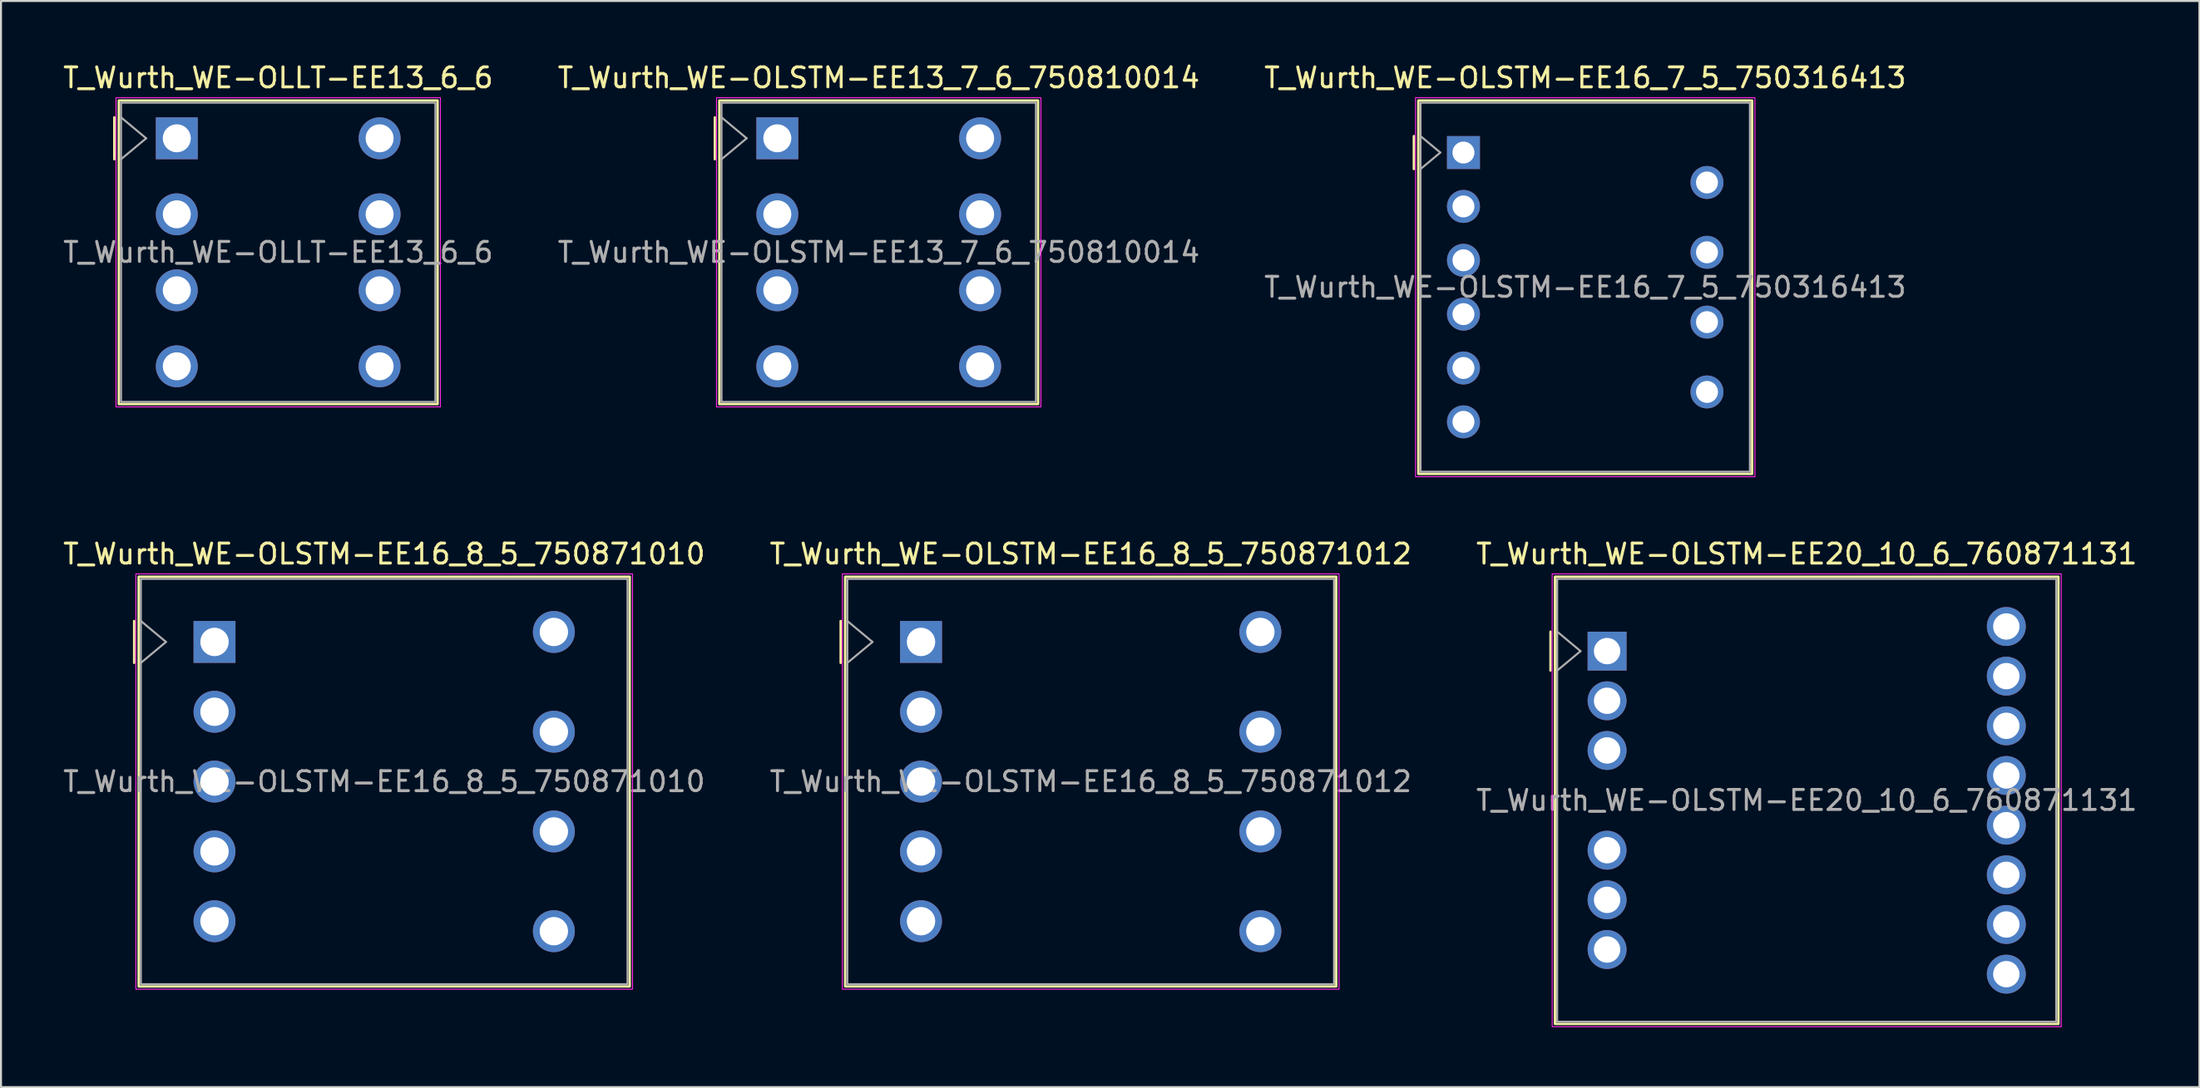
<source format=kicad_pcb>
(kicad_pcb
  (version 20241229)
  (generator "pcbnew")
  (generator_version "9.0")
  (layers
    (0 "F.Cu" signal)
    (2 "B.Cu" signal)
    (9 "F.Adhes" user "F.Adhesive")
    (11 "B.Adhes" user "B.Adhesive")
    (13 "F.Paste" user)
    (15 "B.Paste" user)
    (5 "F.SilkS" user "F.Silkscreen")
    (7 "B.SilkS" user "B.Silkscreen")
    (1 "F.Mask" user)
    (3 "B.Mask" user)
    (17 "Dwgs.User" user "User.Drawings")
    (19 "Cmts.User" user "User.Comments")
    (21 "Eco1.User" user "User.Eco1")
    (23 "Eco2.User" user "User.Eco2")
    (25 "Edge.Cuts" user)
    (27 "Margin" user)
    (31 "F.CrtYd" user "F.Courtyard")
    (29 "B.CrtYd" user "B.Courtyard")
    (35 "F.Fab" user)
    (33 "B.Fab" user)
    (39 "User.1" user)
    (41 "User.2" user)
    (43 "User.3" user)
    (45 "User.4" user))
  (footprint "T_Wurth_WE-OLSTM-EE20_10_6_760871131"
    (layer "F.Cu")
    (at 77.458 29.591)
    (property "Reference" "T_Wurth_WE-OLSTM-EE20_10_6_760871131" (at 10 -4.87 0) (unlocked yes) (layer "F.SilkS") (effects (font (size 1 1) (thickness 0.15))))
    (attr smd)
    (fp_line (start -2.835 -0.975) (end -2.835 0.975) (stroke (width 0.12) (type solid)) (layer "F.SilkS"))
    (fp_rect (start -2.61 -3.73) (end 22.61 18.69) (stroke (width 0.12) (type solid)) (fill no) (layer "F.SilkS"))
    (fp_rect (start -2.75 -3.87) (end 22.75 18.83) (stroke (width 0.05) (type solid)) (fill no) (layer "F.CrtYd"))
    (fp_line (start -2.5 -0.975) (end -1.33 0) (stroke (width 0.1) (type solid)) (layer "F.Fab"))
    (fp_line (start -2.5 0.975) (end -1.33 0) (stroke (width 0.1) (type solid)) (layer "F.Fab"))
    (fp_rect (start -2.5 -3.62) (end 22.5 18.58) (stroke (width 0.1) (type solid)) (fill no) (layer "F.Fab"))
    (fp_text user "${REFERENCE}" (at 10 7.48 0) (unlocked yes) (layer "F.Fab") (effects (font (size 1 1) (thickness 0.15))))
    (pad "1" thru_hole rect (at 0 0) (size 1.95 1.95) (drill 1.32) (layers "*.Cu" "*.Mask"))
    (pad "2" thru_hole circle (at 0 2.49) (size 1.95 1.95) (drill 1.32) (layers "*.Cu" "*.Mask"))
    (pad "3" thru_hole circle (at 0 4.98) (size 1.95 1.95) (drill 1.32) (layers "*.Cu" "*.Mask"))
    (pad "4" thru_hole circle (at 0 9.98) (size 1.95 1.95) (drill 1.32) (layers "*.Cu" "*.Mask"))
    (pad "5" thru_hole circle (at 0 12.47) (size 1.95 1.95) (drill 1.32) (layers "*.Cu" "*.Mask"))
    (pad "6" thru_hole circle (at 0 14.96) (size 1.95 1.95) (drill 1.32) (layers "*.Cu" "*.Mask"))
    (pad "7" thru_hole circle (at 20 16.195) (size 1.95 1.95) (drill 1.32) (layers "*.Cu" "*.Mask"))
    (pad "8" thru_hole circle (at 20 13.705) (size 1.95 1.95) (drill 1.32) (layers "*.Cu" "*.Mask"))
    (pad "9" thru_hole circle (at 20 11.215) (size 1.95 1.95) (drill 1.32) (layers "*.Cu" "*.Mask"))
    (pad "10" thru_hole circle (at 20 8.725) (size 1.95 1.95) (drill 1.32) (layers "*.Cu" "*.Mask"))
    (pad "11" thru_hole circle (at 20 6.235) (size 1.95 1.95) (drill 1.32) (layers "*.Cu" "*.Mask"))
    (pad "12" thru_hole circle (at 20 3.745) (size 1.95 1.95) (drill 1.32) (layers "*.Cu" "*.Mask"))
    (pad "13" thru_hole circle (at 20 1.255) (size 1.95 1.95) (drill 1.32) (layers "*.Cu" "*.Mask"))
    (pad "14" thru_hole circle (at 20 -1.235) (size 1.95 1.95) (drill 1.32) (layers "*.Cu" "*.Mask")))
  (footprint "T_Wurth_WE-OLSTM-EE16_7_5_750316413"
    (layer "F.Cu")
    (at 70.263 4.598)
    (property "Reference" "T_Wurth_WE-OLSTM-EE16_7_5_750316413" (at 6.1 -3.75 0) (unlocked yes) (layer "F.SilkS") (effects (font (size 1 1) (thickness 0.15))))
    (attr smd)
    (fp_line (start -2.485 -0.825) (end -2.485 0.825) (stroke (width 0.12) (type solid)) (layer "F.SilkS"))
    (fp_rect (start -2.26 -2.61) (end 14.46 16.11) (stroke (width 0.12) (type solid)) (fill no) (layer "F.SilkS"))
    (fp_rect (start -2.4 -2.75) (end 14.6 16.25) (stroke (width 0.05) (type solid)) (fill no) (layer "F.CrtYd"))
    (fp_line (start -2.15 -0.825) (end -1.16 0) (stroke (width 0.1) (type solid)) (layer "F.Fab"))
    (fp_line (start -2.15 0.825) (end -1.16 0) (stroke (width 0.1) (type solid)) (layer "F.Fab"))
    (fp_rect (start -2.15 -2.5) (end 14.35 16) (stroke (width 0.1) (type solid)) (fill no) (layer "F.Fab"))
    (fp_text user "${REFERENCE}" (at 6.1 6.75 0) (unlocked yes) (layer "F.Fab") (effects (font (size 1 1) (thickness 0.15))))
    (pad "1" thru_hole rect (at 0 0) (size 1.65 1.65) (drill 1.1) (layers "*.Cu" "*.Mask"))
    (pad "2" thru_hole circle (at 0 2.7) (size 1.65 1.65) (drill 1.1) (layers "*.Cu" "*.Mask"))
    (pad "3" thru_hole circle (at 0 5.4) (size 1.65 1.65) (drill 1.1) (layers "*.Cu" "*.Mask"))
    (pad "4" thru_hole circle (at 0 8.1) (size 1.65 1.65) (drill 1.1) (layers "*.Cu" "*.Mask"))
    (pad "5" thru_hole circle (at 0 10.8) (size 1.65 1.65) (drill 1.1) (layers "*.Cu" "*.Mask"))
    (pad "6" thru_hole circle (at 0 13.5) (size 1.65 1.65) (drill 1.1) (layers "*.Cu" "*.Mask"))
    (pad "7" thru_hole circle (at 12.2 12) (size 1.65 1.65) (drill 1.1) (layers "*.Cu" "*.Mask"))
    (pad "8" thru_hole circle (at 12.2 8.5) (size 1.65 1.65) (drill 1.1) (layers "*.Cu" "*.Mask"))
    (pad "9" thru_hole circle (at 12.2 5) (size 1.65 1.65) (drill 1.1) (layers "*.Cu" "*.Mask"))
    (pad "10" thru_hole circle (at 12.2 1.5) (size 1.65 1.65) (drill 1.1) (layers "*.Cu" "*.Mask")))
  (footprint "T_Wurth_WE-OLSTM-EE16_8_5_750871010"
    (layer "F.Cu")
    (at 7.696 29.131)
    (property "Reference" "T_Wurth_WE-OLSTM-EE16_8_5_750871010" (at 8.5 -4.41 0) (unlocked yes) (layer "F.SilkS") (effects (font (size 1 1) (thickness 0.15))))
    (attr smd)
    (fp_line (start -4.025 -1.05) (end -4.025 1.05) (stroke (width 0.12) (type solid)) (layer "F.SilkS"))
    (fp_rect (start -3.8 -3.27) (end 20.8 17.27) (stroke (width 0.12) (type solid)) (fill no) (layer "F.SilkS"))
    (fp_rect (start -3.94 -3.41) (end 20.94 17.41) (stroke (width 0.05) (type solid)) (fill no) (layer "F.CrtYd"))
    (fp_line (start -3.69 -1.05) (end -2.43 0) (stroke (width 0.1) (type solid)) (layer "F.Fab"))
    (fp_line (start -3.69 1.05) (end -2.43 0) (stroke (width 0.1) (type solid)) (layer "F.Fab"))
    (fp_rect (start -3.69 -3.16) (end 20.69 17.16) (stroke (width 0.1) (type solid)) (fill no) (layer "F.Fab"))
    (fp_text user "${REFERENCE}" (at 8.5 7 0) (unlocked yes) (layer "F.Fab") (effects (font (size 1 1) (thickness 0.15))))
    (pad "1" thru_hole rect (at 0 0) (size 2.1 2.1) (drill 1.42) (layers "*.Cu" "*.Mask"))
    (pad "2" thru_hole circle (at 0 3.5) (size 2.1 2.1) (drill 1.42) (layers "*.Cu" "*.Mask"))
    (pad "3" thru_hole circle (at 0 7) (size 2.1 2.1) (drill 1.42) (layers "*.Cu" "*.Mask"))
    (pad "4" thru_hole circle (at 0 10.5) (size 2.1 2.1) (drill 1.42) (layers "*.Cu" "*.Mask"))
    (pad "5" thru_hole circle (at 0 14) (size 2.1 2.1) (drill 1.42) (layers "*.Cu" "*.Mask"))
    (pad "6" thru_hole circle (at 17 14.5) (size 2.1 2.1) (drill 1.42) (layers "*.Cu" "*.Mask"))
    (pad "7" thru_hole circle (at 17 9.5) (size 2.1 2.1) (drill 1.42) (layers "*.Cu" "*.Mask"))
    (pad "8" thru_hole circle (at 17 4.5) (size 2.1 2.1) (drill 1.42) (layers "*.Cu" "*.Mask"))
    (pad "9" thru_hole circle (at 17 -0.5) (size 2.1 2.1) (drill 1.42) (layers "*.Cu" "*.Mask")))
  (footprint "T_Wurth_WE-OLSTM-EE13_7_6_750810014"
    (layer "F.Cu")
    (at 35.89 3.883)
    (property "Reference" "T_Wurth_WE-OLSTM-EE13_7_6_750810014" (at 5.08 -3.035 0) (unlocked yes) (layer "F.SilkS") (effects (font (size 1 1) (thickness 0.15))))
    (attr smd)
    (fp_line (start -3.13 -1.05) (end -3.13 1.05) (stroke (width 0.12) (type solid)) (layer "F.SilkS"))
    (fp_rect (start -2.905 -1.895) (end 13.065 13.325) (stroke (width 0.12) (type solid)) (fill no) (layer "F.SilkS"))
    (fp_rect (start -3.045 -2.035) (end 13.205 13.465) (stroke (width 0.05) (type solid)) (fill no) (layer "F.CrtYd"))
    (fp_line (start -2.795 -1.05) (end -1.535 0) (stroke (width 0.1) (type solid)) (layer "F.Fab"))
    (fp_line (start -2.795 1.05) (end -1.535 0) (stroke (width 0.1) (type solid)) (layer "F.Fab"))
    (fp_rect (start -2.795 -1.785) (end 12.955 13.215) (stroke (width 0.1) (type solid)) (fill no) (layer "F.Fab"))
    (fp_text user "${REFERENCE}" (at 5.08 5.715 0) (unlocked yes) (layer "F.Fab") (effects (font (size 1 1) (thickness 0.15))))
    (pad "1" thru_hole rect (at 0 0) (size 2.1 2.1) (drill 1.4) (layers "*.Cu" "*.Mask"))
    (pad "2" thru_hole circle (at 0 3.81) (size 2.1 2.1) (drill 1.4) (layers "*.Cu" "*.Mask"))
    (pad "3" thru_hole circle (at 0 7.62) (size 2.1 2.1) (drill 1.4) (layers "*.Cu" "*.Mask"))
    (pad "4" thru_hole circle (at 0 11.43) (size 2.1 2.1) (drill 1.4) (layers "*.Cu" "*.Mask"))
    (pad "5" thru_hole circle (at 10.16 11.43) (size 2.1 2.1) (drill 1.4) (layers "*.Cu" "*.Mask"))
    (pad "6" thru_hole circle (at 10.16 7.62) (size 2.1 2.1) (drill 1.4) (layers "*.Cu" "*.Mask"))
    (pad "7" thru_hole circle (at 10.16 3.81) (size 2.1 2.1) (drill 1.4) (layers "*.Cu" "*.Mask"))
    (pad "8" thru_hole circle (at 10.16 0) (size 2.1 2.1) (drill 1.4) (layers "*.Cu" "*.Mask")))
  (footprint "T_Wurth_WE-OLSTM-EE16_8_5_750871012"
    (layer "F.Cu")
    (at 43.089 29.131)
    (property "Reference" "T_Wurth_WE-OLSTM-EE16_8_5_750871012" (at 8.5 -4.41 0) (unlocked yes) (layer "F.SilkS") (effects (font (size 1 1) (thickness 0.15))))
    (attr smd)
    (fp_line (start -4.025 -1.05) (end -4.025 1.05) (stroke (width 0.12) (type solid)) (layer "F.SilkS"))
    (fp_rect (start -3.8 -3.27) (end 20.8 17.27) (stroke (width 0.12) (type solid)) (fill no) (layer "F.SilkS"))
    (fp_rect (start -3.94 -3.41) (end 20.94 17.41) (stroke (width 0.05) (type solid)) (fill no) (layer "F.CrtYd"))
    (fp_line (start -3.69 -1.05) (end -2.43 0) (stroke (width 0.1) (type solid)) (layer "F.Fab"))
    (fp_line (start -3.69 1.05) (end -2.43 0) (stroke (width 0.1) (type solid)) (layer "F.Fab"))
    (fp_rect (start -3.69 -3.16) (end 20.69 17.16) (stroke (width 0.1) (type solid)) (fill no) (layer "F.Fab"))
    (fp_text user "${REFERENCE}" (at 8.5 7 0) (unlocked yes) (layer "F.Fab") (effects (font (size 1 1) (thickness 0.15))))
    (pad "1" thru_hole rect (at 0 0) (size 2.1 2.1) (drill 1.42) (layers "*.Cu" "*.Mask"))
    (pad "2" thru_hole circle (at 0 3.5) (size 2.1 2.1) (drill 1.42) (layers "*.Cu" "*.Mask"))
    (pad "3" thru_hole circle (at 0 7) (size 2.1 2.1) (drill 1.42) (layers "*.Cu" "*.Mask"))
    (pad "4" thru_hole circle (at 0 10.5) (size 2.1 2.1) (drill 1.42) (layers "*.Cu" "*.Mask"))
    (pad "5" thru_hole circle (at 0 14) (size 2.1 2.1) (drill 1.42) (layers "*.Cu" "*.Mask"))
    (pad "6" thru_hole circle (at 17 14.5) (size 2.1 2.1) (drill 1.42) (layers "*.Cu" "*.Mask"))
    (pad "7" thru_hole circle (at 17 9.5) (size 2.1 2.1) (drill 1.42) (layers "*.Cu" "*.Mask"))
    (pad "8" thru_hole circle (at 17 4.5) (size 2.1 2.1) (drill 1.42) (layers "*.Cu" "*.Mask"))
    (pad "9" thru_hole circle (at 17 -0.5) (size 2.1 2.1) (drill 1.42) (layers "*.Cu" "*.Mask")))
  (footprint "T_Wurth_WE-OLLT-EE13_6_6"
    (layer "F.Cu")
    (at 5.807 3.883)
    (property "Reference" "T_Wurth_WE-OLLT-EE13_6_6" (at 5.08 -3.035 0) (unlocked yes) (layer "F.SilkS") (effects (font (size 1 1) (thickness 0.15))))
    (attr through_hole)
    (fp_line (start -3.13 -1.05) (end -3.13 1.05) (stroke (width 0.12) (type solid)) (layer "F.SilkS"))
    (fp_rect (start -2.905 -1.895) (end 13.065 13.325) (stroke (width 0.12) (type solid)) (fill no) (layer "F.SilkS"))
    (fp_rect (start -3.045 -2.035) (end 13.205 13.465) (stroke (width 0.05) (type solid)) (fill no) (layer "F.CrtYd"))
    (fp_line (start -2.795 -1.05) (end -1.535 0) (stroke (width 0.1) (type solid)) (layer "F.Fab"))
    (fp_line (start -2.795 1.05) (end -1.535 0) (stroke (width 0.1) (type solid)) (layer "F.Fab"))
    (fp_rect (start -2.795 -1.785) (end 12.955 13.215) (stroke (width 0.1) (type solid)) (fill no) (layer "F.Fab"))
    (fp_text user "${REFERENCE}" (at 5.08 5.715 0) (unlocked yes) (layer "F.Fab") (effects (font (size 1 1) (thickness 0.15))))
    (pad "1" thru_hole rect (at 0 0) (size 2.1 2.1) (drill 1.4) (layers "*.Cu" "*.Mask"))
    (pad "2" thru_hole circle (at 0 3.81) (size 2.1 2.1) (drill 1.4) (layers "*.Cu" "*.Mask"))
    (pad "3" thru_hole circle (at 0 7.62) (size 2.1 2.1) (drill 1.4) (layers "*.Cu" "*.Mask"))
    (pad "4" thru_hole circle (at 0 11.43) (size 2.1 2.1) (drill 1.4) (layers "*.Cu" "*.Mask"))
    (pad "5" thru_hole circle (at 10.16 11.43) (size 2.1 2.1) (drill 1.4) (layers "*.Cu" "*.Mask"))
    (pad "6" thru_hole circle (at 10.16 7.62) (size 2.1 2.1) (drill 1.4) (layers "*.Cu" "*.Mask"))
    (pad "7" thru_hole circle (at 10.16 3.81) (size 2.1 2.1) (drill 1.4) (layers "*.Cu" "*.Mask"))
    (pad "8" thru_hole circle (at 10.16 0) (size 2.1 2.1) (drill 1.4) (layers "*.Cu" "*.Mask")))
  (gr_rect
    (start -3 -3)
    (end 107.131 51.447)
    (stroke (width 0.1) (type default))
    (fill no)
    (layer "Edge.Cuts")))
</source>
